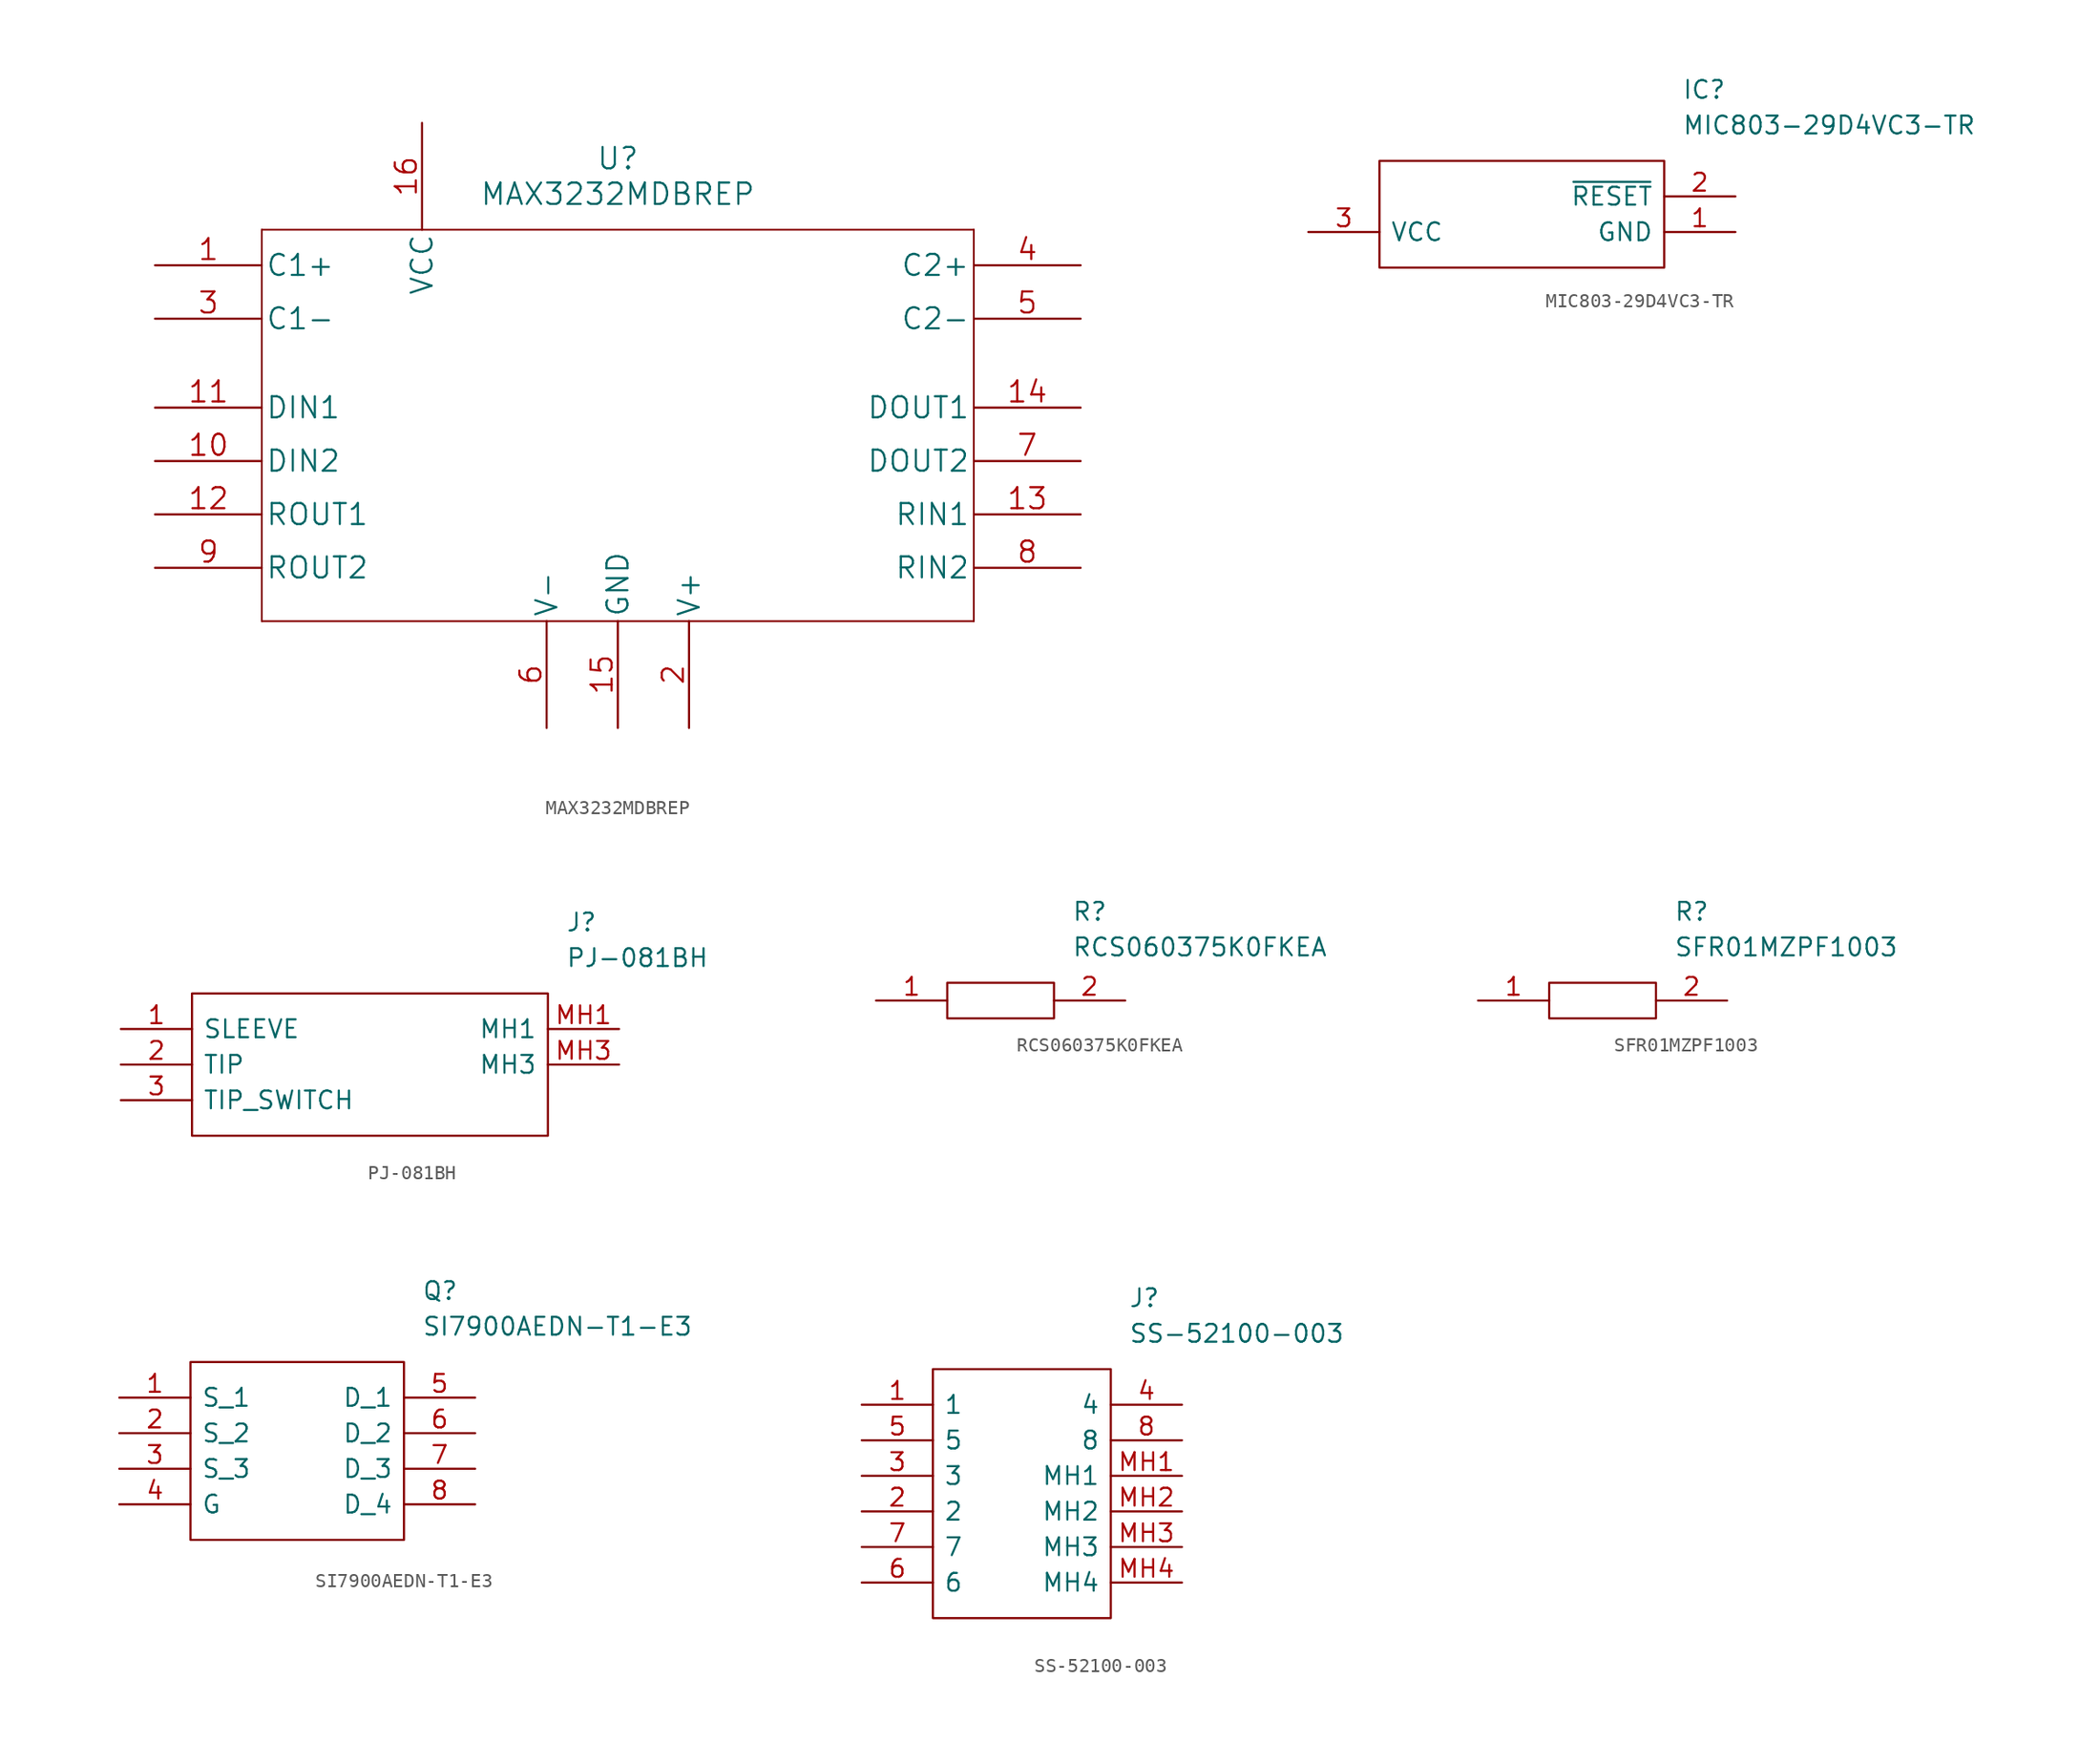
<source format=kicad_sym>
(kicad_symbol_lib
  (version 20211014)
  (generator kicad_symbol_editor)
  (symbol "MAX3232MDBREP"
    (pin_names
      (offset 0.254))
    (property "Reference" "U"
      (at 33.02 10.16 0)
      (effects (font (size 1.524 1.524))))
    (property "Value" "MAX3232MDBREP"
      (at 33.02 7.62 0)
      (effects (font (size 1.524 1.524))))
    (symbol "MAX3232MDBREP_1_1"
      (polyline (pts (xy 7.62 -22.86) (xy 58.42 -22.86)) (stroke (width 0.127) (type default) (color 0 0 0 0)) (fill (type none)))
      (polyline (pts (xy 7.62 5.08) (xy 7.62 -22.86)) (stroke (width 0.127) (type default) (color 0 0 0 0)) (fill (type none)))
      (polyline (pts (xy 58.42 -22.86) (xy 58.42 5.08)) (stroke (width 0.127) (type default) (color 0 0 0 0)) (fill (type none)))
      (polyline (pts (xy 58.42 5.08) (xy 7.62 5.08)) (stroke (width 0.127) (type default) (color 0 0 0 0)) (fill (type none)))
      (pin unspecified line (at 0 2.54 0) (length 7.62) (name "C1+" (effects (font (size 1.499 1.499)))) (number "1" (effects (font (size 1.499 1.499)))))
      (pin input line (at 0 -11.43 0) (length 7.62) (name "DIN2" (effects (font (size 1.499 1.499)))) (number "10" (effects (font (size 1.499 1.499)))))
      (pin input line (at 0 -7.62 0) (length 7.62) (name "DIN1" (effects (font (size 1.499 1.499)))) (number "11" (effects (font (size 1.499 1.499)))))
      (pin output line (at 0 -15.24 0) (length 7.62) (name "ROUT1" (effects (font (size 1.499 1.499)))) (number "12" (effects (font (size 1.499 1.499)))))
      (pin input line (at 66.04 -15.24 180) (length 7.62) (name "RIN1" (effects (font (size 1.499 1.499)))) (number "13" (effects (font (size 1.499 1.499)))))
      (pin output line (at 66.04 -7.62 180) (length 7.62) (name "DOUT1" (effects (font (size 1.499 1.499)))) (number "14" (effects (font (size 1.499 1.499)))))
      (pin power_in line (at 33.02 -30.48 90) (length 7.62) (name "GND" (effects (font (size 1.499 1.499)))) (number "15" (effects (font (size 1.499 1.499)))))
      (pin power_in line (at 19.05 12.7 270) (length 7.62) (name "VCC" (effects (font (size 1.499 1.499)))) (number "16" (effects (font (size 1.499 1.499)))))
      (pin power_in line (at 38.1 -30.48 90) (length 7.62) (name "V+" (effects (font (size 1.499 1.499)))) (number "2" (effects (font (size 1.499 1.499)))))
      (pin unspecified line (at 0 -1.27 0) (length 7.62) (name "C1-" (effects (font (size 1.499 1.499)))) (number "3" (effects (font (size 1.499 1.499)))))
      (pin unspecified line (at 66.04 2.54 180) (length 7.62) (name "C2+" (effects (font (size 1.499 1.499)))) (number "4" (effects (font (size 1.499 1.499)))))
      (pin unspecified line (at 66.04 -1.27 180) (length 7.62) (name "C2-" (effects (font (size 1.499 1.499)))) (number "5" (effects (font (size 1.499 1.499)))))
      (pin power_in line (at 27.94 -30.48 90) (length 7.62) (name "V-" (effects (font (size 1.499 1.499)))) (number "6" (effects (font (size 1.499 1.499)))))
      (pin output line (at 66.04 -11.43 180) (length 7.62) (name "DOUT2" (effects (font (size 1.499 1.499)))) (number "7" (effects (font (size 1.499 1.499)))))
      (pin input line (at 66.04 -19.05 180) (length 7.62) (name "RIN2" (effects (font (size 1.499 1.499)))) (number "8" (effects (font (size 1.499 1.499)))))
      (pin output line (at 0 -19.05 0) (length 7.62) (name "ROUT2" (effects (font (size 1.499 1.499)))) (number "9" (effects (font (size 1.499 1.499)))))))
  (symbol "MIC803-29D4VC3-TR"
    (pin_names
      (offset 0.762))
    (property "Reference" "IC"
      (at 26.67 7.62 0)
      (effects (font (size 1.27 1.27)) (justify left)))
    (property "Value" "MIC803-29D4VC3-TR"
      (at 26.67 5.08 0)
      (effects (font (size 1.27 1.27)) (justify left)))
    (symbol "MIC803-29D4VC3-TR_0_0"
      (pin passive line (at 30.48 -2.54 180) (length 5.08) (name "GND" (effects (font (size 1.27 1.27)))) (number "1" (effects (font (size 1.27 1.27)))))
      (pin passive line (at 30.48 0 180) (length 5.08) (name "~{RESET}" (effects (font (size 1.27 1.27)))) (number "2" (effects (font (size 1.27 1.27)))))
      (pin passive line (at 0 -2.54 0) (length 5.08) (name "VCC" (effects (font (size 1.27 1.27)))) (number "3" (effects (font (size 1.27 1.27))))))
    (symbol "MIC803-29D4VC3-TR_0_1"
      (polyline (pts (xy 5.08 2.54) (xy 25.4 2.54) (xy 25.4 -5.08) (xy 5.08 -5.08) (xy 5.08 2.54)) (stroke (width 0.152) (type default) (color 0 0 0 0)) (fill (type none)))))
  (symbol "PJ-081BH"
    (pin_names
      (offset 0.762))
    (property "Reference" "J"
      (at 31.75 7.62 0)
      (effects (font (size 1.27 1.27)) (justify left)))
    (property "Value" "PJ-081BH"
      (at 31.75 5.08 0)
      (effects (font (size 1.27 1.27)) (justify left)))
    (symbol "PJ-081BH_0_0"
      (pin passive line (at 0 0 0) (length 5.08) (name "SLEEVE" (effects (font (size 1.27 1.27)))) (number "1" (effects (font (size 1.27 1.27)))))
      (pin passive line (at 0 -2.54 0) (length 5.08) (name "TIP" (effects (font (size 1.27 1.27)))) (number "2" (effects (font (size 1.27 1.27)))))
      (pin passive line (at 0 -5.08 0) (length 5.08) (name "TIP_SWITCH" (effects (font (size 1.27 1.27)))) (number "3" (effects (font (size 1.27 1.27)))))
      (pin passive line (at 35.56 0 180) (length 5.08) (name "MH1" (effects (font (size 1.27 1.27)))) (number "MH1" (effects (font (size 1.27 1.27)))))
      (pin passive line (at 35.56 -2.54 180) (length 5.08) (name "MH3" (effects (font (size 1.27 1.27)))) (number "MH3" (effects (font (size 1.27 1.27))))))
    (symbol "PJ-081BH_0_1"
      (polyline (pts (xy 5.08 2.54) (xy 30.48 2.54) (xy 30.48 -7.62) (xy 5.08 -7.62) (xy 5.08 2.54)) (stroke (width 0.152) (type default) (color 0 0 0 0)) (fill (type none)))))
  (symbol "RCS060375K0FKEA"
    (pin_names
      (offset 0.762))
    (property "Reference" "R"
      (at 13.97 6.35 0)
      (effects (font (size 1.27 1.27)) (justify left)))
    (property "Value" "RCS060375K0FKEA"
      (at 13.97 3.81 0)
      (effects (font (size 1.27 1.27)) (justify left)))
    (symbol "RCS060375K0FKEA_0_0"
      (pin passive line (at 0 0 0) (length 5.08) (name "~" (effects (font (size 1.27 1.27)))) (number "1" (effects (font (size 1.27 1.27)))))
      (pin passive line (at 17.78 0 180) (length 5.08) (name "~" (effects (font (size 1.27 1.27)))) (number "2" (effects (font (size 1.27 1.27))))))
    (symbol "RCS060375K0FKEA_0_1"
      (polyline (pts (xy 5.08 1.27) (xy 12.7 1.27) (xy 12.7 -1.27) (xy 5.08 -1.27) (xy 5.08 1.27)) (stroke (width 0.152) (type default) (color 0 0 0 0)) (fill (type none)))))
  (symbol "SFR01MZPF1003"
    (pin_names
      (offset 0.762))
    (property "Reference" "R"
      (at 13.97 6.35 0)
      (effects (font (size 1.27 1.27)) (justify left)))
    (property "Value" "SFR01MZPF1003"
      (at 13.97 3.81 0)
      (effects (font (size 1.27 1.27)) (justify left)))
    (symbol "SFR01MZPF1003_0_0"
      (pin passive line (at 0 0 0) (length 5.08) (name "~" (effects (font (size 1.27 1.27)))) (number "1" (effects (font (size 1.27 1.27)))))
      (pin passive line (at 17.78 0 180) (length 5.08) (name "~" (effects (font (size 1.27 1.27)))) (number "2" (effects (font (size 1.27 1.27))))))
    (symbol "SFR01MZPF1003_0_1"
      (polyline (pts (xy 5.08 1.27) (xy 12.7 1.27) (xy 12.7 -1.27) (xy 5.08 -1.27) (xy 5.08 1.27)) (stroke (width 0.152) (type default) (color 0 0 0 0)) (fill (type none)))))
  (symbol "SI7900AEDN-T1-E3"
    (pin_names
      (offset 0.762))
    (property "Reference" "Q"
      (at 21.59 7.62 0)
      (effects (font (size 1.27 1.27)) (justify left)))
    (property "Value" "SI7900AEDN-T1-E3"
      (at 21.59 5.08 0)
      (effects (font (size 1.27 1.27)) (justify left)))
    (symbol "SI7900AEDN-T1-E3_0_0"
      (pin passive line (at 0 0 0) (length 5.08) (name "S_1" (effects (font (size 1.27 1.27)))) (number "1" (effects (font (size 1.27 1.27)))))
      (pin passive line (at 0 -2.54 0) (length 5.08) (name "S_2" (effects (font (size 1.27 1.27)))) (number "2" (effects (font (size 1.27 1.27)))))
      (pin passive line (at 0 -5.08 0) (length 5.08) (name "S_3" (effects (font (size 1.27 1.27)))) (number "3" (effects (font (size 1.27 1.27)))))
      (pin passive line (at 0 -7.62 0) (length 5.08) (name "G" (effects (font (size 1.27 1.27)))) (number "4" (effects (font (size 1.27 1.27)))))
      (pin passive line (at 25.4 0 180) (length 5.08) (name "D_1" (effects (font (size 1.27 1.27)))) (number "5" (effects (font (size 1.27 1.27)))))
      (pin passive line (at 25.4 -2.54 180) (length 5.08) (name "D_2" (effects (font (size 1.27 1.27)))) (number "6" (effects (font (size 1.27 1.27)))))
      (pin passive line (at 25.4 -5.08 180) (length 5.08) (name "D_3" (effects (font (size 1.27 1.27)))) (number "7" (effects (font (size 1.27 1.27)))))
      (pin passive line (at 25.4 -7.62 180) (length 5.08) (name "D_4" (effects (font (size 1.27 1.27)))) (number "8" (effects (font (size 1.27 1.27))))))
    (symbol "SI7900AEDN-T1-E3_0_1"
      (polyline (pts (xy 5.08 2.54) (xy 20.32 2.54) (xy 20.32 -10.16) (xy 5.08 -10.16) (xy 5.08 2.54)) (stroke (width 0.152) (type default) (color 0 0 0 0)) (fill (type none)))))
  (symbol "SS-52100-003"
    (pin_names
      (offset 0.762))
    (property "Reference" "J"
      (at 19.05 7.62 0)
      (effects (font (size 1.27 1.27)) (justify left)))
    (property "Value" "SS-52100-003"
      (at 19.05 5.08 0)
      (effects (font (size 1.27 1.27)) (justify left)))
    (symbol "SS-52100-003_0_0"
      (pin passive line (at 0 0 0) (length 5.08) (name "1" (effects (font (size 1.27 1.27)))) (number "1" (effects (font (size 1.27 1.27)))))
      (pin passive line (at 0 -7.62 0) (length 5.08) (name "2" (effects (font (size 1.27 1.27)))) (number "2" (effects (font (size 1.27 1.27)))))
      (pin passive line (at 0 -5.08 0) (length 5.08) (name "3" (effects (font (size 1.27 1.27)))) (number "3" (effects (font (size 1.27 1.27)))))
      (pin passive line (at 22.86 0 180) (length 5.08) (name "4" (effects (font (size 1.27 1.27)))) (number "4" (effects (font (size 1.27 1.27)))))
      (pin passive line (at 0 -2.54 0) (length 5.08) (name "5" (effects (font (size 1.27 1.27)))) (number "5" (effects (font (size 1.27 1.27)))))
      (pin passive line (at 0 -12.7 0) (length 5.08) (name "6" (effects (font (size 1.27 1.27)))) (number "6" (effects (font (size 1.27 1.27)))))
      (pin passive line (at 0 -10.16 0) (length 5.08) (name "7" (effects (font (size 1.27 1.27)))) (number "7" (effects (font (size 1.27 1.27)))))
      (pin passive line (at 22.86 -2.54 180) (length 5.08) (name "8" (effects (font (size 1.27 1.27)))) (number "8" (effects (font (size 1.27 1.27)))))
      (pin passive line (at 22.86 -5.08 180) (length 5.08) (name "MH1" (effects (font (size 1.27 1.27)))) (number "MH1" (effects (font (size 1.27 1.27)))))
      (pin passive line (at 22.86 -7.62 180) (length 5.08) (name "MH2" (effects (font (size 1.27 1.27)))) (number "MH2" (effects (font (size 1.27 1.27)))))
      (pin passive line (at 22.86 -10.16 180) (length 5.08) (name "MH3" (effects (font (size 1.27 1.27)))) (number "MH3" (effects (font (size 1.27 1.27)))))
      (pin passive line (at 22.86 -12.7 180) (length 5.08) (name "MH4" (effects (font (size 1.27 1.27)))) (number "MH4" (effects (font (size 1.27 1.27))))))
    (symbol "SS-52100-003_0_1"
      (polyline (pts (xy 5.08 2.54) (xy 17.78 2.54) (xy 17.78 -15.24) (xy 5.08 -15.24) (xy 5.08 2.54)) (stroke (width 0.152) (type default) (color 0 0 0 0)) (fill (type none))))))
</source>
